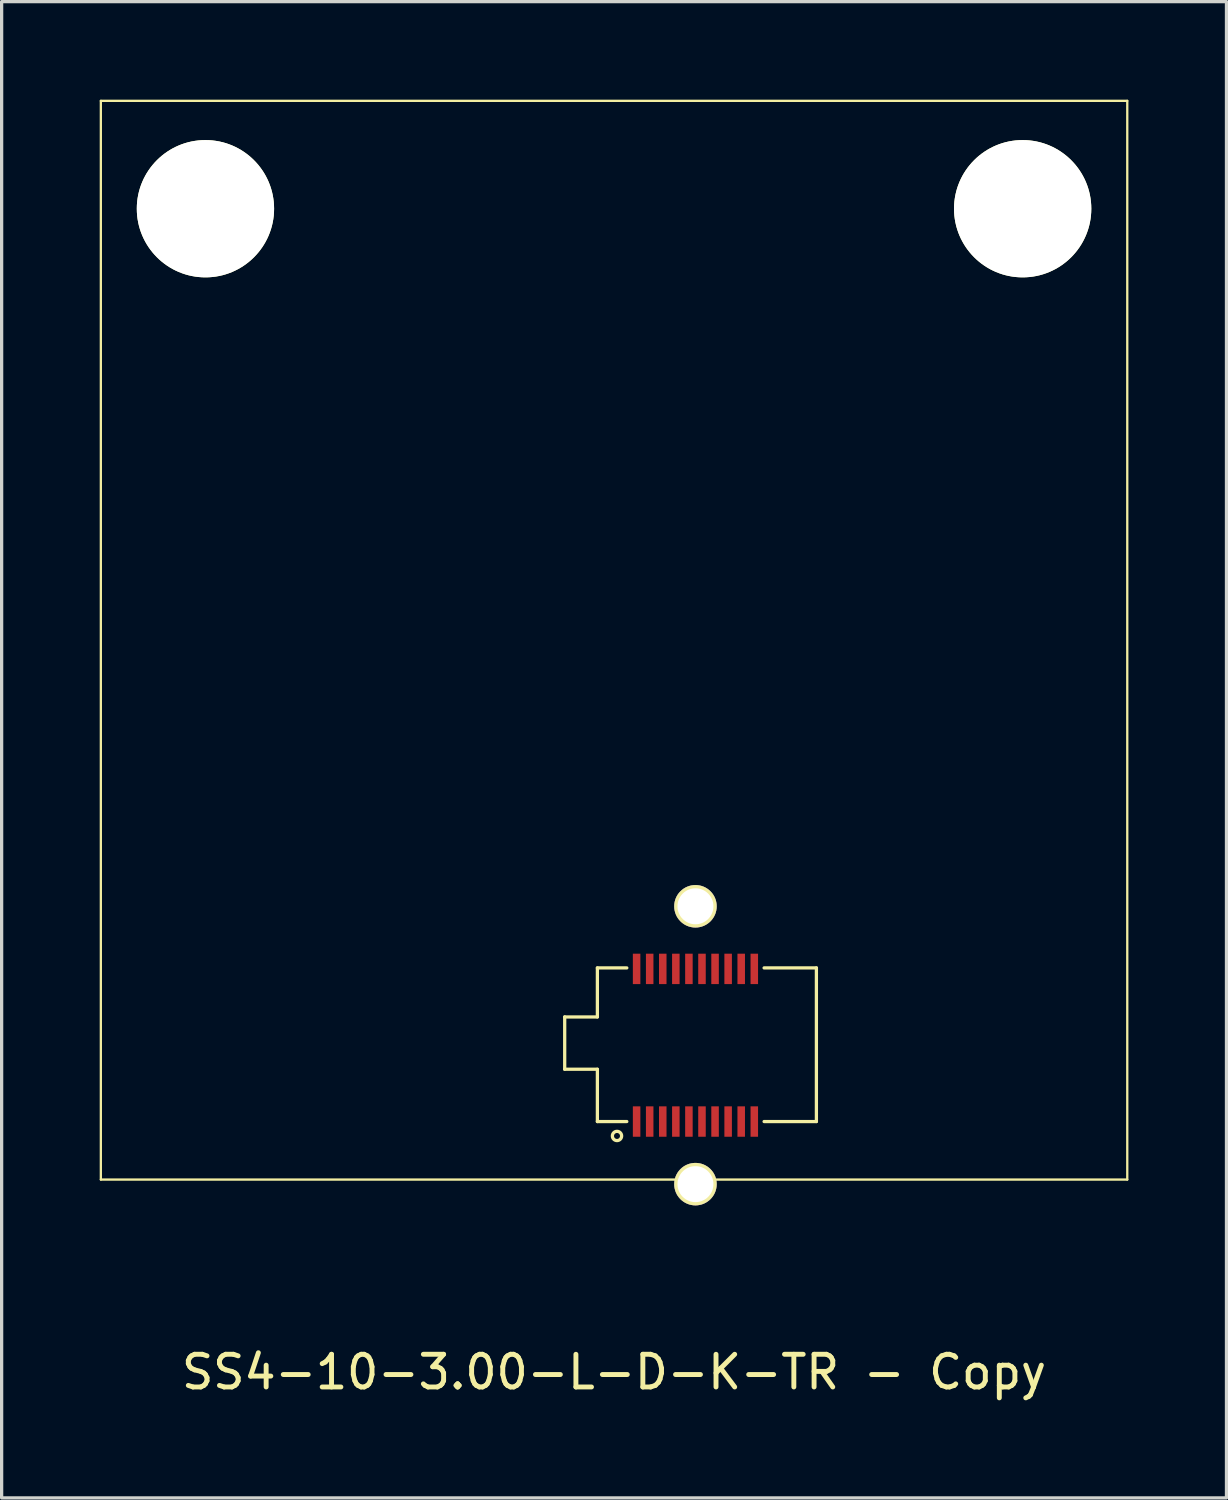
<source format=kicad_pcb>
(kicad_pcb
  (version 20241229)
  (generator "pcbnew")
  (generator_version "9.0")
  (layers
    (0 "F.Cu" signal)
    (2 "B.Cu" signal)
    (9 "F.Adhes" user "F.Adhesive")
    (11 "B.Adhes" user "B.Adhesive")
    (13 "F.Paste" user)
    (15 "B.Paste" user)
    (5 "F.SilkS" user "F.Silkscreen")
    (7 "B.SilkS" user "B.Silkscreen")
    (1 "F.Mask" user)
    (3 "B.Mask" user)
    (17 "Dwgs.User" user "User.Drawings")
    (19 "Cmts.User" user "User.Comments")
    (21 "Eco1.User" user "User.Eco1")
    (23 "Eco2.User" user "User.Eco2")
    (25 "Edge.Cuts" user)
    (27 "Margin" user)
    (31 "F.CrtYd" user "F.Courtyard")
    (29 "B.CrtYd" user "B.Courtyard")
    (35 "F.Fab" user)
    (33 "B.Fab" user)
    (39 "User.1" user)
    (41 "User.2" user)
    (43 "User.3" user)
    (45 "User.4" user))
  (footprint "SS4-10-3.00-L-D-K-TR - Copy"
    (layer "F.Cu")
    (at 15.735 28.925)
    (property "Reference" "SS4-10-3.00-L-D-K-TR - Copy" (at 0 10 0) (layer "F.SilkS") (effects (font (size 1 1) (thickness 0.15))))
    (attr through_hole)
    (fp_line (start -15.7 -28.89) (end -15.7 4.11) (stroke (width 0.07) (type solid)) (layer "F.SilkS"))
    (fp_line (start -15.7 -28.89) (end 15.7 -28.89) (stroke (width 0.07) (type solid)) (layer "F.SilkS"))
    (fp_line (start -15.7 4.11) (end 15.7 4.11) (stroke (width 0.07) (type solid)) (layer "F.SilkS"))
    (fp_line (start -1.51 -0.865) (end -0.51 -0.865) (stroke (width 0.1) (type solid)) (layer "F.SilkS"))
    (fp_line (start -1.51 0.735) (end -1.51 -0.865) (stroke (width 0.1) (type solid)) (layer "F.SilkS"))
    (fp_line (start -0.51 -2.365) (end 0.39 -2.365) (stroke (width 0.1) (type solid)) (layer "F.SilkS"))
    (fp_line (start -0.51 -0.865) (end -0.51 -2.365) (stroke (width 0.1) (type solid)) (layer "F.SilkS"))
    (fp_line (start -0.51 0.735) (end -1.51 0.735) (stroke (width 0.1) (type solid)) (layer "F.SilkS"))
    (fp_line (start -0.51 2.335) (end -0.51 0.735) (stroke (width 0.1) (type solid)) (layer "F.SilkS"))
    (fp_line (start 0.39 2.335) (end -0.51 2.335) (stroke (width 0.1) (type solid)) (layer "F.SilkS"))
    (fp_line (start 4.59 2.335) (end 6.19 2.335) (stroke (width 0.1) (type solid)) (layer "F.SilkS"))
    (fp_line (start 6.19 -2.365) (end 4.59 -2.365) (stroke (width 0.1) (type solid)) (layer "F.SilkS"))
    (fp_line (start 6.19 2.335) (end 6.19 -2.365) (stroke (width 0.1) (type solid)) (layer "F.SilkS"))
    (fp_line (start 15.7 -28.89) (end 15.7 4.11) (stroke (width 0.07) (type solid)) (layer "F.SilkS"))
    (fp_circle (center 0.09 2.776) (end -0.01 2.676) (stroke (width 0.1) (type solid)) (fill no) (layer "F.SilkS"))
    (pad "" np_thru_hole circle (at -12.5 -25.59) (size 4.2 4.2) (drill 4.2) (layers "*.Cu" "*.Mask" "F.SilkS"))
    (pad "" np_thru_hole circle (at 2.49 -4.25 180) (size 1.3 1.3) (drill 1.1) (layers "*.Cu" "*.Mask" "F.SilkS"))
    (pad "" np_thru_hole circle (at 2.49 4.25 180) (size 1.3 1.3) (drill 1.1) (layers "*.Cu" "*.Mask" "F.SilkS"))
    (pad "" np_thru_hole circle (at 12.5 -25.59) (size 4.2 4.2) (drill 4.2) (layers "*.Cu" "*.Mask" "F.SilkS"))
    (pad "1" smd rect (at 0.69 2.335 180) (size 0.23 0.93) (layers "F.Cu" "F.Mask" "F.Paste"))
    (pad "2" smd rect (at 0.69 -2.335 180) (size 0.23 0.93) (layers "F.Cu" "F.Mask" "F.Paste"))
    (pad "3" smd rect (at 1.09 2.335 180) (size 0.23 0.93) (layers "F.Cu" "F.Mask" "F.Paste"))
    (pad "4" smd rect (at 1.09 -2.335 180) (size 0.23 0.93) (layers "F.Cu" "F.Mask" "F.Paste"))
    (pad "5" smd rect (at 1.49 2.335 180) (size 0.23 0.93) (layers "F.Cu" "F.Mask" "F.Paste"))
    (pad "6" smd rect (at 1.49 -2.335 180) (size 0.23 0.93) (layers "F.Cu" "F.Mask" "F.Paste"))
    (pad "7" smd rect (at 1.89 2.335 180) (size 0.23 0.93) (layers "F.Cu" "F.Mask" "F.Paste"))
    (pad "8" smd rect (at 1.89 -2.335 180) (size 0.23 0.93) (layers "F.Cu" "F.Mask" "F.Paste"))
    (pad "9" smd rect (at 2.29 2.335 180) (size 0.23 0.93) (layers "F.Cu" "F.Mask" "F.Paste"))
    (pad "10" smd rect (at 2.29 -2.335 180) (size 0.23 0.93) (layers "F.Cu" "F.Mask" "F.Paste"))
    (pad "11" smd rect (at 2.69 2.335 180) (size 0.23 0.93) (layers "F.Cu" "F.Mask" "F.Paste"))
    (pad "12" smd rect (at 2.69 -2.335 180) (size 0.23 0.93) (layers "F.Cu" "F.Mask" "F.Paste"))
    (pad "13" smd rect (at 3.09 2.335 180) (size 0.23 0.93) (layers "F.Cu" "F.Mask" "F.Paste"))
    (pad "14" smd rect (at 3.09 -2.335 180) (size 0.23 0.93) (layers "F.Cu" "F.Mask" "F.Paste"))
    (pad "15" smd rect (at 3.49 2.335 180) (size 0.23 0.93) (layers "F.Cu" "F.Mask" "F.Paste"))
    (pad "16" smd rect (at 3.49 -2.335 180) (size 0.23 0.93) (layers "F.Cu" "F.Mask" "F.Paste"))
    (pad "17" smd rect (at 3.89 2.335 180) (size 0.23 0.93) (layers "F.Cu" "F.Mask" "F.Paste"))
    (pad "18" smd rect (at 3.89 -2.335 180) (size 0.23 0.93) (layers "F.Cu" "F.Mask" "F.Paste"))
    (pad "19" smd rect (at 4.29 2.335 180) (size 0.23 0.93) (layers "F.Cu" "F.Mask" "F.Paste"))
    (pad "20" smd rect (at 4.29 -2.335 180) (size 0.23 0.93) (layers "F.Cu" "F.Mask" "F.Paste")))
  (gr_rect
    (start -3 -3)
    (end 34.47 42.773)
    (stroke (width 0.1) (type default))
    (fill no)
    (layer "Edge.Cuts")))
</source>
